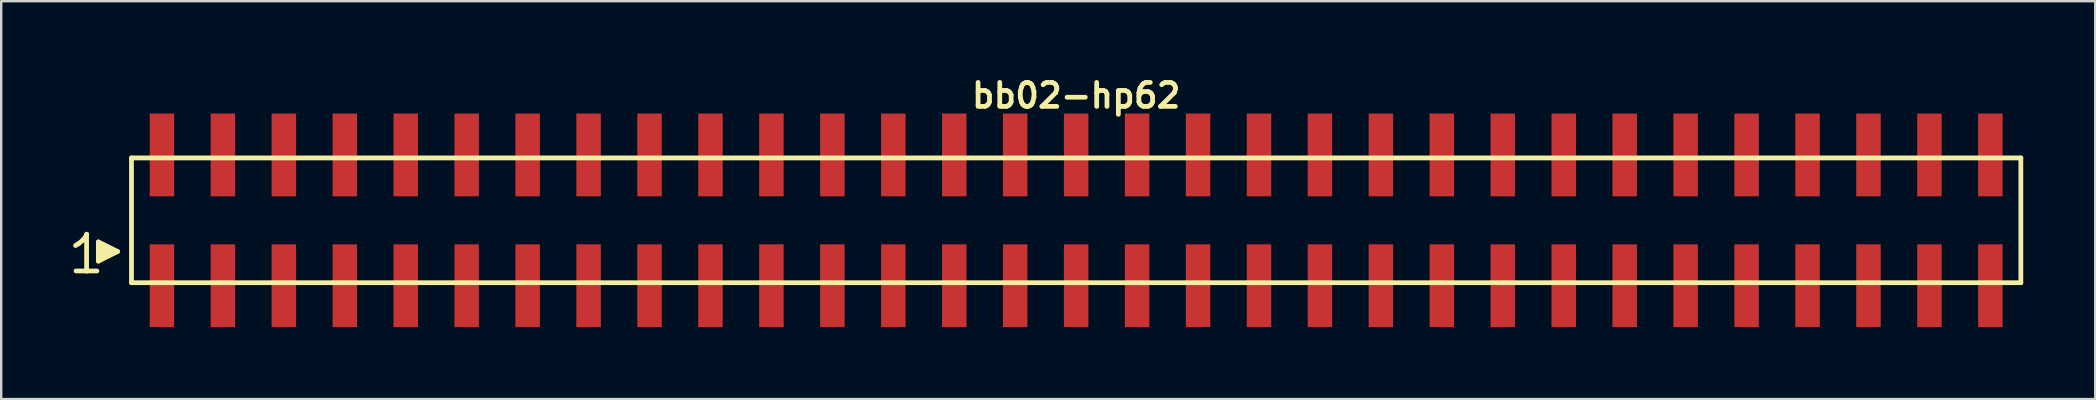
<source format=kicad_pcb>
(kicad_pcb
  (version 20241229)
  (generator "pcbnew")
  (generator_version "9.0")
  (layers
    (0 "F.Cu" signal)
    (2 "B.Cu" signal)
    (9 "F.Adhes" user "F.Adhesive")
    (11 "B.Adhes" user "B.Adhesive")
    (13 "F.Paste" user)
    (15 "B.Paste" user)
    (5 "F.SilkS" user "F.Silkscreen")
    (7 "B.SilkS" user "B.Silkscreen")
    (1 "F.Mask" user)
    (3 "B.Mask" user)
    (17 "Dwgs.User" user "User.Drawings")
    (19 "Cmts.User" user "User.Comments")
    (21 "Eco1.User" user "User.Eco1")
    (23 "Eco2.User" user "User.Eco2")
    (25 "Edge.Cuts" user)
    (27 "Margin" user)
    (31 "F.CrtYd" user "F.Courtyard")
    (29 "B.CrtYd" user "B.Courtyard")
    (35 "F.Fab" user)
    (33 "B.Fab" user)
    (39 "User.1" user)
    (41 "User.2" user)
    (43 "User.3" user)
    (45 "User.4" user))
  (footprint "bb02-hp62"
    (layer "F.Cu")
    (at 41.799 6.132)
    (property "Reference" "bb02-hp62" (at 0 -5.2 0) (layer "F.SilkS") (effects (font (size 0.998 0.998) (thickness 0.198))))
    (attr smd)
    (fp_line (start -41.7 1.05) (end -41.57 0.97) (stroke (width 0.198) (type solid)) (layer "F.SilkS"))
    (fp_line (start -41.57 0.97) (end -41.41 0.84) (stroke (width 0.198) (type solid)) (layer "F.SilkS"))
    (fp_line (start -41.41 0.84) (end -41.27 0.67) (stroke (width 0.198) (type solid)) (layer "F.SilkS"))
    (fp_line (start -41.27 0.67) (end -41.24 0.58) (stroke (width 0.198) (type solid)) (layer "F.SilkS"))
    (fp_line (start -41.24 0.58) (end -41.24 2.11) (stroke (width 0.198) (type solid)) (layer "F.SilkS"))
    (fp_line (start -41.24 2.11) (end -41.68 2.11) (stroke (width 0.198) (type solid)) (layer "F.SilkS"))
    (fp_line (start -40.81 2.11) (end -41.25 2.11) (stroke (width 0.198) (type solid)) (layer "F.SilkS"))
    (fp_line (start -40.75 0.9) (end -39.95 1.3) (stroke (width 0.198) (type solid)) (layer "F.SilkS"))
    (fp_line (start -40.75 1.7) (end -40.75 0.9) (stroke (width 0.198) (type solid)) (layer "F.SilkS"))
    (fp_line (start -40.65 1.6) (end -40.65 1) (stroke (width 0.198) (type solid)) (layer "F.SilkS"))
    (fp_line (start -40.55 1.1) (end -40.55 1.5) (stroke (width 0.198) (type solid)) (layer "F.SilkS"))
    (fp_line (start -40.45 1.5) (end -40.45 1.1) (stroke (width 0.198) (type solid)) (layer "F.SilkS"))
    (fp_line (start -40.35 1.2) (end -40.35 1.4) (stroke (width 0.198) (type solid)) (layer "F.SilkS"))
    (fp_line (start -40.25 1.4) (end -40.25 1.2) (stroke (width 0.198) (type solid)) (layer "F.SilkS"))
    (fp_line (start -39.95 1.3) (end -40.75 1.7) (stroke (width 0.198) (type solid)) (layer "F.SilkS"))
    (fp_line (start -39.37 -2.6) (end -39.37 2.6) (stroke (width 0.198) (type solid)) (layer "F.SilkS"))
    (fp_line (start -39.37 -2.6) (end 39.37 -2.6) (stroke (width 0.198) (type solid)) (layer "F.SilkS"))
    (fp_line (start 39.37 2.6) (end -39.37 2.6) (stroke (width 0.198) (type solid)) (layer "F.SilkS"))
    (fp_line (start 39.37 2.6) (end 39.37 -2.6) (stroke (width 0.198) (type solid)) (layer "F.SilkS"))
    (pad "1" smd rect (at -38.1 2.725) (size 1.02 3.45) (layers "F.Cu" "F.Mask" "F.Paste"))
    (pad "2" smd rect (at -38.1 -2.725) (size 1.02 3.45) (layers "F.Cu" "F.Mask" "F.Paste"))
    (pad "3" smd rect (at -35.56 2.725) (size 1.02 3.45) (layers "F.Cu" "F.Mask" "F.Paste"))
    (pad "4" smd rect (at -35.56 -2.725) (size 1.02 3.45) (layers "F.Cu" "F.Mask" "F.Paste"))
    (pad "5" smd rect (at -33.02 2.725) (size 1.02 3.45) (layers "F.Cu" "F.Mask" "F.Paste"))
    (pad "6" smd rect (at -33.02 -2.725) (size 1.02 3.45) (layers "F.Cu" "F.Mask" "F.Paste"))
    (pad "7" smd rect (at -30.48 2.725) (size 1.02 3.45) (layers "F.Cu" "F.Mask" "F.Paste"))
    (pad "8" smd rect (at -30.48 -2.725) (size 1.02 3.45) (layers "F.Cu" "F.Mask" "F.Paste"))
    (pad "9" smd rect (at -27.94 2.725) (size 1.02 3.45) (layers "F.Cu" "F.Mask" "F.Paste"))
    (pad "10" smd rect (at -27.94 -2.725) (size 1.02 3.45) (layers "F.Cu" "F.Mask" "F.Paste"))
    (pad "11" smd rect (at -25.4 2.725) (size 1.02 3.45) (layers "F.Cu" "F.Mask" "F.Paste"))
    (pad "12" smd rect (at -25.4 -2.725) (size 1.02 3.45) (layers "F.Cu" "F.Mask" "F.Paste"))
    (pad "13" smd rect (at -22.86 2.725) (size 1.02 3.45) (layers "F.Cu" "F.Mask" "F.Paste"))
    (pad "14" smd rect (at -22.86 -2.725) (size 1.02 3.45) (layers "F.Cu" "F.Mask" "F.Paste"))
    (pad "15" smd rect (at -20.32 2.725) (size 1.02 3.45) (layers "F.Cu" "F.Mask" "F.Paste"))
    (pad "16" smd rect (at -20.32 -2.725) (size 1.02 3.45) (layers "F.Cu" "F.Mask" "F.Paste"))
    (pad "17" smd rect (at -17.78 2.725) (size 1.02 3.45) (layers "F.Cu" "F.Mask" "F.Paste"))
    (pad "18" smd rect (at -17.78 -2.725) (size 1.02 3.45) (layers "F.Cu" "F.Mask" "F.Paste"))
    (pad "19" smd rect (at -15.24 2.725) (size 1.02 3.45) (layers "F.Cu" "F.Mask" "F.Paste"))
    (pad "20" smd rect (at -15.24 -2.725) (size 1.02 3.45) (layers "F.Cu" "F.Mask" "F.Paste"))
    (pad "21" smd rect (at -12.7 2.725) (size 1.02 3.45) (layers "F.Cu" "F.Mask" "F.Paste"))
    (pad "22" smd rect (at -12.7 -2.725) (size 1.02 3.45) (layers "F.Cu" "F.Mask" "F.Paste"))
    (pad "23" smd rect (at -10.16 2.725) (size 1.02 3.45) (layers "F.Cu" "F.Mask" "F.Paste"))
    (pad "24" smd rect (at -10.16 -2.725) (size 1.02 3.45) (layers "F.Cu" "F.Mask" "F.Paste"))
    (pad "25" smd rect (at -7.62 2.725) (size 1.02 3.45) (layers "F.Cu" "F.Mask" "F.Paste"))
    (pad "26" smd rect (at -7.62 -2.725) (size 1.02 3.45) (layers "F.Cu" "F.Mask" "F.Paste"))
    (pad "27" smd rect (at -5.08 2.725) (size 1.02 3.45) (layers "F.Cu" "F.Mask" "F.Paste"))
    (pad "28" smd rect (at -5.08 -2.725) (size 1.02 3.45) (layers "F.Cu" "F.Mask" "F.Paste"))
    (pad "29" smd rect (at -2.54 2.725) (size 1.02 3.45) (layers "F.Cu" "F.Mask" "F.Paste"))
    (pad "30" smd rect (at -2.54 -2.725) (size 1.02 3.45) (layers "F.Cu" "F.Mask" "F.Paste"))
    (pad "31" smd rect (at 0 2.725) (size 1.02 3.45) (layers "F.Cu" "F.Mask" "F.Paste"))
    (pad "32" smd rect (at 0 -2.725) (size 1.02 3.45) (layers "F.Cu" "F.Mask" "F.Paste"))
    (pad "33" smd rect (at 2.54 2.725) (size 1.02 3.45) (layers "F.Cu" "F.Mask" "F.Paste"))
    (pad "34" smd rect (at 2.54 -2.725) (size 1.02 3.45) (layers "F.Cu" "F.Mask" "F.Paste"))
    (pad "35" smd rect (at 5.08 2.725) (size 1.02 3.45) (layers "F.Cu" "F.Mask" "F.Paste"))
    (pad "36" smd rect (at 5.08 -2.725) (size 1.02 3.45) (layers "F.Cu" "F.Mask" "F.Paste"))
    (pad "37" smd rect (at 7.62 2.725) (size 1.02 3.45) (layers "F.Cu" "F.Mask" "F.Paste"))
    (pad "38" smd rect (at 7.62 -2.725) (size 1.02 3.45) (layers "F.Cu" "F.Mask" "F.Paste"))
    (pad "39" smd rect (at 10.16 2.725) (size 1.02 3.45) (layers "F.Cu" "F.Mask" "F.Paste"))
    (pad "40" smd rect (at 10.16 -2.725) (size 1.02 3.45) (layers "F.Cu" "F.Mask" "F.Paste"))
    (pad "41" smd rect (at 12.7 2.725) (size 1.02 3.45) (layers "F.Cu" "F.Mask" "F.Paste"))
    (pad "42" smd rect (at 12.7 -2.725) (size 1.02 3.45) (layers "F.Cu" "F.Mask" "F.Paste"))
    (pad "43" smd rect (at 15.24 2.725) (size 1.02 3.45) (layers "F.Cu" "F.Mask" "F.Paste"))
    (pad "44" smd rect (at 15.24 -2.725) (size 1.02 3.45) (layers "F.Cu" "F.Mask" "F.Paste"))
    (pad "45" smd rect (at 17.78 2.725) (size 1.02 3.45) (layers "F.Cu" "F.Mask" "F.Paste"))
    (pad "46" smd rect (at 17.78 -2.725) (size 1.02 3.45) (layers "F.Cu" "F.Mask" "F.Paste"))
    (pad "47" smd rect (at 20.32 2.725) (size 1.02 3.45) (layers "F.Cu" "F.Mask" "F.Paste"))
    (pad "48" smd rect (at 20.32 -2.725) (size 1.02 3.45) (layers "F.Cu" "F.Mask" "F.Paste"))
    (pad "49" smd rect (at 22.86 2.725) (size 1.02 3.45) (layers "F.Cu" "F.Mask" "F.Paste"))
    (pad "50" smd rect (at 22.86 -2.725) (size 1.02 3.45) (layers "F.Cu" "F.Mask" "F.Paste"))
    (pad "51" smd rect (at 25.4 2.725) (size 1.02 3.45) (layers "F.Cu" "F.Mask" "F.Paste"))
    (pad "52" smd rect (at 25.4 -2.725) (size 1.02 3.45) (layers "F.Cu" "F.Mask" "F.Paste"))
    (pad "53" smd rect (at 27.94 2.725) (size 1.02 3.45) (layers "F.Cu" "F.Mask" "F.Paste"))
    (pad "54" smd rect (at 27.94 -2.725) (size 1.02 3.45) (layers "F.Cu" "F.Mask" "F.Paste"))
    (pad "55" smd rect (at 30.48 2.725) (size 1.02 3.45) (layers "F.Cu" "F.Mask" "F.Paste"))
    (pad "56" smd rect (at 30.48 -2.725) (size 1.02 3.45) (layers "F.Cu" "F.Mask" "F.Paste"))
    (pad "57" smd rect (at 33.02 2.725) (size 1.02 3.45) (layers "F.Cu" "F.Mask" "F.Paste"))
    (pad "58" smd rect (at 33.02 -2.725) (size 1.02 3.45) (layers "F.Cu" "F.Mask" "F.Paste"))
    (pad "59" smd rect (at 35.56 2.725) (size 1.02 3.45) (layers "F.Cu" "F.Mask" "F.Paste"))
    (pad "60" smd rect (at 35.56 -2.725) (size 1.02 3.45) (layers "F.Cu" "F.Mask" "F.Paste"))
    (pad "61" smd rect (at 38.1 2.725) (size 1.02 3.45) (layers "F.Cu" "F.Mask" "F.Paste"))
    (pad "62" smd rect (at 38.1 -2.725) (size 1.02 3.45) (layers "F.Cu" "F.Mask" "F.Paste")))
  (gr_rect
    (start -3 -3)
    (end 84.268 13.582)
    (stroke (width 0.1) (type default))
    (fill no)
    (layer "Edge.Cuts")))
</source>
